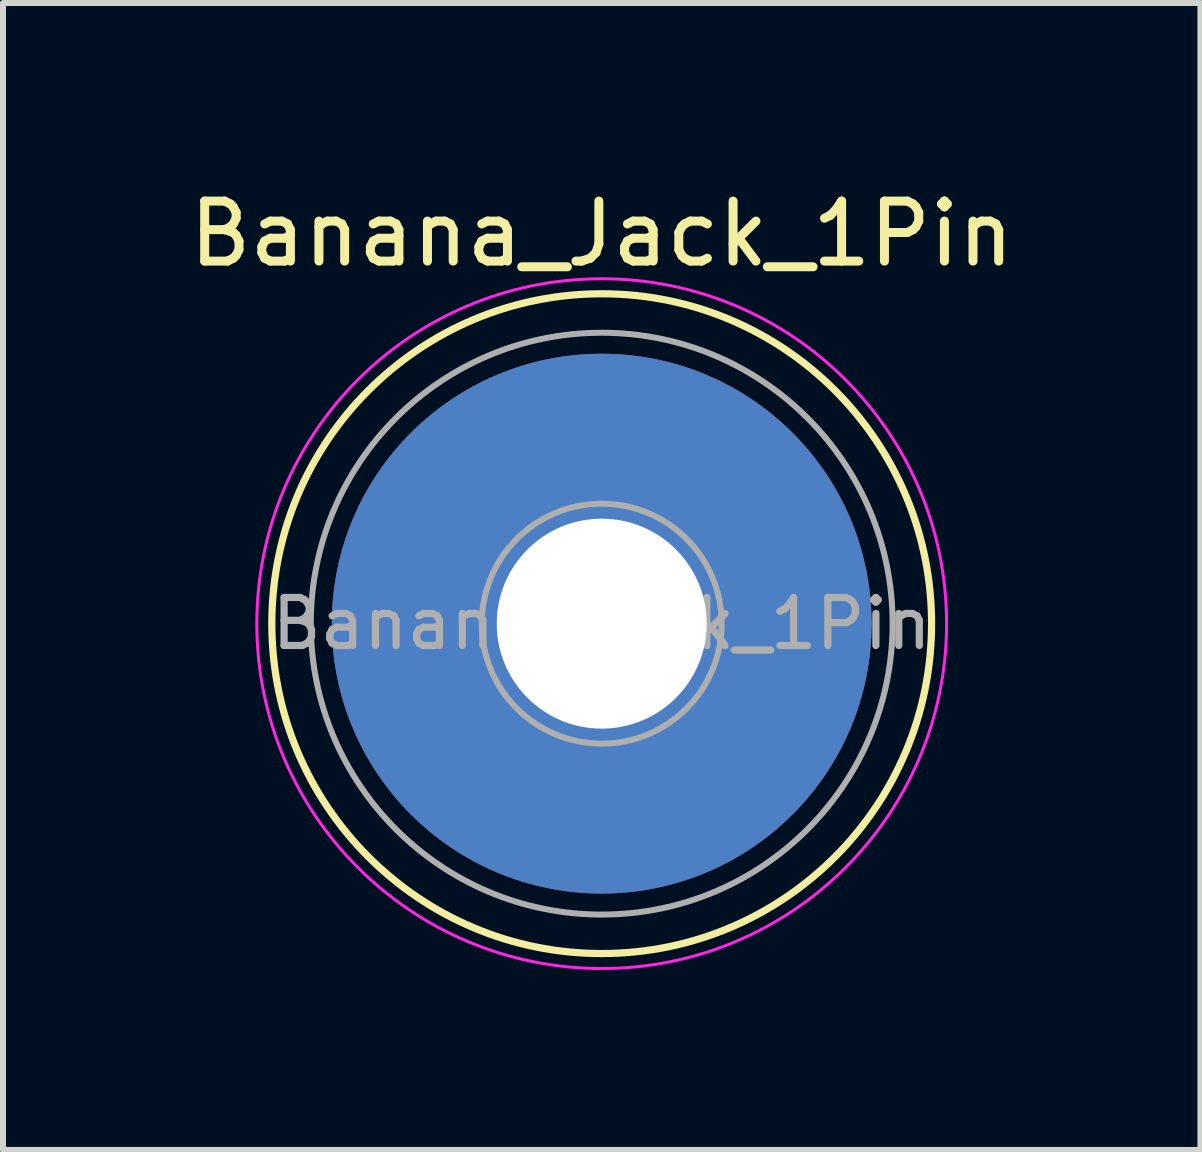
<source format=kicad_pcb>
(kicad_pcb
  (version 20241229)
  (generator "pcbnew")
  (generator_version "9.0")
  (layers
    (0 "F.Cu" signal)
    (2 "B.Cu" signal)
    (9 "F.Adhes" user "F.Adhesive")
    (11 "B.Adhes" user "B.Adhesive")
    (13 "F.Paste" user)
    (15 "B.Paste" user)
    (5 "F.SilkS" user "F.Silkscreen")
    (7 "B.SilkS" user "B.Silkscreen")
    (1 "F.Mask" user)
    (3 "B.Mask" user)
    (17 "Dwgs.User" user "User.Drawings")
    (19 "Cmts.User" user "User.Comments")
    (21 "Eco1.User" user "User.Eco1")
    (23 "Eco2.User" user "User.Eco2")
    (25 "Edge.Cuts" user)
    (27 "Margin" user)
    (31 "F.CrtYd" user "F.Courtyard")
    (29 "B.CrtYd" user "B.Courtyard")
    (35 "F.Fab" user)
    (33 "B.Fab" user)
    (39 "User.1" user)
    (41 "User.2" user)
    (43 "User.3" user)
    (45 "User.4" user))
  (footprint "Banana_Jack_1Pin"
    (layer "F.Cu")
    (at 6.982 7.348)
    (property "Reference" "Banana_Jack_1Pin" (at 0 -6.5 0) (layer "F.SilkS") (effects (font (size 1 1) (thickness 0.15))))
    (attr through_hole)
    (fp_circle (center 0 0) (end 5.5 0) (stroke (width 0.12) (type solid)) (fill no) (layer "F.SilkS"))
    (fp_circle (center 0 0) (end 5.75 0) (stroke (width 0.05) (type solid)) (fill no) (layer "F.CrtYd"))
    (fp_circle (center 0 0) (end 2 0) (stroke (width 0.1) (type solid)) (fill no) (layer "F.Fab"))
    (fp_circle (center 0 0) (end 4.85 0.05) (stroke (width 0.1) (type solid)) (fill no) (layer "F.Fab"))
    (fp_text user "${REFERENCE}" (at 0 0 0) (layer "F.Fab") (effects (font (size 0.8 0.8) (thickness 0.12))))
    (pad "1" thru_hole circle (at 0 0) (size 9 9) (drill 3.5) (layers "*.Cu" "*.Mask")))
  (gr_rect
    (start -3 -3)
    (end 16.964 16.123)
    (stroke (width 0.1) (type default))
    (fill no)
    (layer "Edge.Cuts")))
</source>
